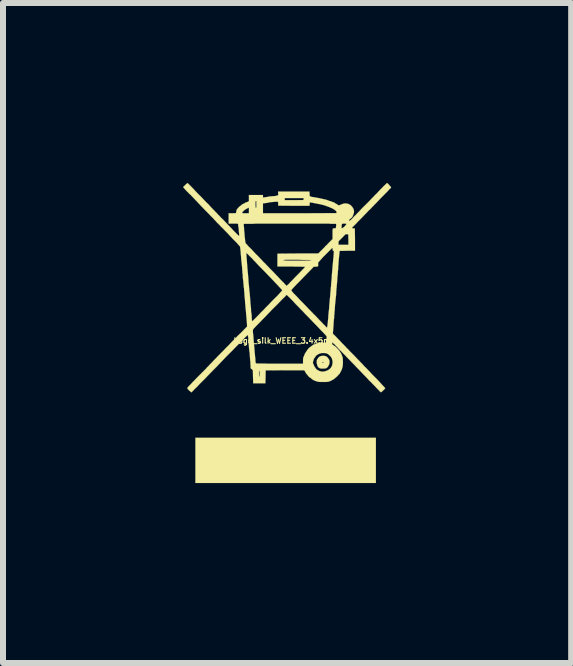
<source format=kicad_pcb>
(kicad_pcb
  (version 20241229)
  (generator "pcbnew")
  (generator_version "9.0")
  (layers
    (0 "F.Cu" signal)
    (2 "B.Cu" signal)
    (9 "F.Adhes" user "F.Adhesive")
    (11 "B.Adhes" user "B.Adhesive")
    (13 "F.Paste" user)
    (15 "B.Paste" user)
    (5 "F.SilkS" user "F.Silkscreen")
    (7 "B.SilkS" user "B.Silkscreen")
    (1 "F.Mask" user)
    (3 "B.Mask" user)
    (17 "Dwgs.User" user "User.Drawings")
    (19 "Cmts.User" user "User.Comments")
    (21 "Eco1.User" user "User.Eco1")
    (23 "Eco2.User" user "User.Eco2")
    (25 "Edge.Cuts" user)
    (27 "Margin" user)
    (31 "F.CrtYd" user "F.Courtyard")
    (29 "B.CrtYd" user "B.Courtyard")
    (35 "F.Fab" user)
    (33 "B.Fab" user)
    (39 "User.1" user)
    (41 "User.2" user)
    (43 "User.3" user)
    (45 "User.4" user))
  (footprint "Logo_silk_WEEE_3.4x5mm"
    (layer "F.Cu")
    (at 1.711 2.529)
    (property "Reference" "Logo_silk_WEEE_3.4x5mm" (at 0 0.1 0) (layer "F.SilkS") (effects (font (size 0.091 0.091) (thickness 0.018))))
    (attr through_hole)
    (fp_poly (pts (xy 1.504 2.471) (xy 0 2.471) (xy -1.504 2.471) (xy -1.504 2.093) (xy -1.504 1.717) (xy 0 1.717) (xy 1.504 1.717) (xy 1.504 2.093) (xy 1.504 2.471)) (stroke (width 0.003) (type solid)) (fill yes) (layer "F.SilkS"))
    (fp_poly (pts (xy 0.732 0.457) (xy 0.729 0.475) (xy 0.726 0.49) (xy 0.721 0.503) (xy 0.711 0.521) (xy 0.696 0.544) (xy 0.681 0.554) (xy 0.673 0.559) (xy 0.658 0.561) (xy 0.638 0.564) (xy 0.63 0.564) (xy 0.63 0.457) (xy 0.625 0.452) (xy 0.617 0.452) (xy 0.615 0.455) (xy 0.612 0.462) (xy 0.617 0.47) (xy 0.622 0.472) (xy 0.627 0.467) (xy 0.63 0.465) (xy 0.63 0.457) (xy 0.63 0.564) (xy 0.615 0.564) (xy 0.592 0.564) (xy 0.577 0.561) (xy 0.554 0.551) (xy 0.536 0.531) (xy 0.526 0.505) (xy 0.518 0.472) (xy 0.518 0.457) (xy 0.518 0.437) (xy 0.521 0.422) (xy 0.526 0.409) (xy 0.536 0.396) (xy 0.556 0.371) (xy 0.579 0.358) (xy 0.61 0.351) (xy 0.625 0.351) (xy 0.653 0.353) (xy 0.676 0.361) (xy 0.696 0.376) (xy 0.711 0.396) (xy 0.721 0.411) (xy 0.729 0.424) (xy 0.729 0.437) (xy 0.732 0.457)) (stroke (width 0.003) (type solid)) (fill yes) (layer "F.SilkS"))
    (fp_poly (pts (xy 1.758 -2.456) (xy 1.755 -2.451) (xy 1.745 -2.438) (xy 1.727 -2.423) (xy 1.707 -2.4) (xy 1.684 -2.375) (xy 1.656 -2.349) (xy 1.648 -2.339) (xy 1.618 -2.309) (xy 1.585 -2.276) (xy 1.554 -2.243) (xy 1.524 -2.212) (xy 1.501 -2.187) (xy 1.481 -2.169) (xy 1.466 -2.151) (xy 1.443 -2.129) (xy 1.415 -2.098) (xy 1.382 -2.068) (xy 1.349 -2.032) (xy 1.313 -1.996) (xy 1.28 -1.961) (xy 1.24 -1.92) (xy 1.204 -1.885) (xy 1.179 -1.857) (xy 1.156 -1.834) (xy 1.138 -1.816) (xy 1.125 -1.803) (xy 1.115 -1.793) (xy 1.11 -1.786) (xy 1.107 -1.783) (xy 1.105 -1.778) (xy 1.113 -1.775) (xy 1.125 -1.773) (xy 1.13 -1.773) (xy 1.153 -1.77) (xy 1.156 -1.585) (xy 1.156 -1.4) (xy 1.046 -1.4) (xy 1.046 -1.499) (xy 1.046 -1.585) (xy 1.044 -1.674) (xy 1.021 -1.674) (xy 1.013 -1.676) (xy 1.013 -1.844) (xy 1.013 -1.847) (xy 1.008 -1.849) (xy 0.993 -1.852) (xy 0.978 -1.852) (xy 0.96 -1.852) (xy 0.945 -1.849) (xy 0.94 -1.849) (xy 0.937 -1.841) (xy 0.935 -1.829) (xy 0.932 -1.811) (xy 0.932 -1.796) (xy 0.932 -1.781) (xy 0.932 -1.778) (xy 0.937 -1.773) (xy 0.947 -1.778) (xy 0.963 -1.788) (xy 0.98 -1.803) (xy 0.986 -1.808) (xy 0.998 -1.824) (xy 1.008 -1.836) (xy 1.013 -1.844) (xy 1.013 -1.676) (xy 0.998 -1.676) (xy 0.94 -1.615) (xy 0.881 -1.557) (xy 0.881 -1.527) (xy 0.881 -1.499) (xy 0.965 -1.499) (xy 1.046 -1.499) (xy 1.046 -1.4) (xy 1.029 -1.4) (xy 0.899 -1.397) (xy 0.897 -1.364) (xy 0.894 -1.346) (xy 0.892 -1.318) (xy 0.889 -1.29) (xy 0.886 -1.26) (xy 0.886 -1.257) (xy 0.884 -1.229) (xy 0.881 -1.201) (xy 0.881 -1.176) (xy 0.879 -1.161) (xy 0.879 -1.158) (xy 0.876 -1.143) (xy 0.876 -1.118) (xy 0.874 -1.087) (xy 0.871 -1.054) (xy 0.869 -1.021) (xy 0.866 -0.993) (xy 0.864 -0.968) (xy 0.861 -0.95) (xy 0.861 -0.927) (xy 0.859 -0.897) (xy 0.856 -0.866) (xy 0.856 -0.859) (xy 0.853 -0.831) (xy 0.851 -0.808) (xy 0.851 -0.79) (xy 0.848 -0.785) (xy 0.848 -2.04) (xy 0.848 -2.05) (xy 0.841 -2.06) (xy 0.828 -2.073) (xy 0.826 -2.075) (xy 0.808 -2.088) (xy 0.79 -2.098) (xy 0.78 -2.106) (xy 0.759 -2.113) (xy 0.742 -2.121) (xy 0.739 -2.123) (xy 0.691 -2.141) (xy 0.64 -2.159) (xy 0.579 -2.174) (xy 0.511 -2.187) (xy 0.47 -2.195) (xy 0.447 -2.2) (xy 0.427 -2.202) (xy 0.414 -2.205) (xy 0.409 -2.205) (xy 0.404 -2.205) (xy 0.401 -2.197) (xy 0.399 -2.182) (xy 0.399 -2.177) (xy 0.399 -2.149) (xy 0.3 -2.149) (xy 0.3 -2.278) (xy 0.142 -2.278) (xy -0.015 -2.278) (xy -0.015 -2.261) (xy -0.015 -2.243) (xy 0.14 -2.243) (xy 0.297 -2.245) (xy 0.3 -2.261) (xy 0.3 -2.278) (xy 0.3 -2.149) (xy 0.135 -2.149) (xy -0.124 -2.151) (xy -0.124 -2.184) (xy -0.127 -2.217) (xy -0.147 -2.217) (xy -0.168 -2.217) (xy -0.193 -2.215) (xy -0.218 -2.212) (xy -0.241 -2.21) (xy -0.259 -2.21) (xy -0.272 -2.207) (xy -0.277 -2.205) (xy -0.284 -2.202) (xy -0.3 -2.2) (xy -0.312 -2.197) (xy -0.333 -2.195) (xy -0.353 -2.192) (xy -0.361 -2.192) (xy -0.378 -2.189) (xy -0.378 -2.106) (xy -0.378 -2.024) (xy 0.234 -2.024) (xy 0.848 -2.027) (xy 0.848 -2.04) (xy 0.848 -0.785) (xy 0.848 -0.78) (xy 0.848 -0.777) (xy 0.846 -0.772) (xy 0.846 -0.757) (xy 0.846 -0.739) (xy 0.843 -0.732) (xy 0.843 -0.709) (xy 0.843 -0.699) (xy 0.843 -1.831) (xy 0.841 -1.844) (xy 0.838 -1.849) (xy 0.833 -1.849) (xy 0.818 -1.849) (xy 0.792 -1.849) (xy 0.759 -1.849) (xy 0.719 -1.852) (xy 0.671 -1.852) (xy 0.617 -1.852) (xy 0.559 -1.852) (xy 0.495 -1.852) (xy 0.427 -1.852) (xy 0.356 -1.852) (xy 0.282 -1.852) (xy 0.208 -1.852) (xy 0.13 -1.852) (xy 0.053 -1.852) (xy -0.023 -1.852) (xy -0.099 -1.852) (xy -0.173 -1.852) (xy -0.246 -1.852) (xy -0.315 -1.852) (xy -0.381 -1.852) (xy -0.442 -1.852) (xy -0.488 -1.852) (xy -0.488 -2.174) (xy -0.488 -2.2) (xy -0.488 -2.217) (xy -0.49 -2.228) (xy -0.493 -2.23) (xy -0.495 -2.23) (xy -0.498 -2.23) (xy -0.5 -2.223) (xy -0.503 -2.212) (xy -0.503 -2.192) (xy -0.503 -2.174) (xy -0.503 -2.151) (xy -0.5 -2.134) (xy -0.5 -2.121) (xy -0.5 -2.116) (xy -0.495 -2.113) (xy -0.49 -2.118) (xy -0.488 -2.134) (xy -0.488 -2.156) (xy -0.488 -2.174) (xy -0.488 -1.852) (xy -0.5 -1.852) (xy -0.551 -1.849) (xy -0.594 -1.849) (xy -0.612 -1.849) (xy -0.612 -2.024) (xy -0.612 -2.07) (xy -0.612 -2.09) (xy -0.612 -2.106) (xy -0.615 -2.116) (xy -0.615 -2.118) (xy -0.625 -2.113) (xy -0.64 -2.106) (xy -0.66 -2.095) (xy -0.678 -2.083) (xy -0.696 -2.07) (xy -0.699 -2.065) (xy -0.716 -2.05) (xy -0.724 -2.037) (xy -0.724 -2.029) (xy -0.716 -2.027) (xy -0.701 -2.024) (xy -0.673 -2.024) (xy -0.668 -2.024) (xy -0.612 -2.024) (xy -0.612 -1.849) (xy -0.632 -1.849) (xy -0.663 -1.849) (xy -0.683 -1.849) (xy -0.696 -1.847) (xy -0.699 -1.841) (xy -0.699 -1.826) (xy -0.696 -1.803) (xy -0.693 -1.775) (xy -0.693 -1.753) (xy -0.691 -1.72) (xy -0.686 -1.689) (xy -0.686 -1.664) (xy -0.683 -1.643) (xy -0.683 -1.633) (xy -0.678 -1.6) (xy -0.676 -1.572) (xy -0.673 -1.554) (xy -0.671 -1.539) (xy -0.668 -1.529) (xy -0.663 -1.521) (xy -0.658 -1.516) (xy -0.65 -1.509) (xy -0.638 -1.494) (xy -0.62 -1.473) (xy -0.594 -1.448) (xy -0.566 -1.42) (xy -0.536 -1.387) (xy -0.503 -1.351) (xy -0.467 -1.316) (xy -0.432 -1.28) (xy -0.396 -1.242) (xy -0.363 -1.206) (xy -0.345 -1.191) (xy -0.323 -1.166) (xy -0.297 -1.14) (xy -0.274 -1.115) (xy -0.254 -1.095) (xy -0.241 -1.082) (xy -0.218 -1.059) (xy -0.191 -1.031) (xy -0.163 -1.001) (xy -0.135 -0.973) (xy -0.107 -0.942) (xy -0.079 -0.912) (xy -0.053 -0.886) (xy -0.03 -0.864) (xy -0.013 -0.843) (xy 0 -0.831) (xy 0.008 -0.823) (xy 0.008 -0.82) (xy 0.015 -0.815) (xy 0.015 -0.813) (xy 0.02 -0.818) (xy 0.03 -0.828) (xy 0.046 -0.841) (xy 0.064 -0.859) (xy 0.071 -0.869) (xy 0.091 -0.889) (xy 0.117 -0.914) (xy 0.145 -0.945) (xy 0.175 -0.975) (xy 0.206 -1.006) (xy 0.226 -1.026) (xy 0.251 -1.052) (xy 0.274 -1.077) (xy 0.295 -1.097) (xy 0.31 -1.115) (xy 0.32 -1.125) (xy 0.325 -1.13) (xy 0.32 -1.133) (xy 0.305 -1.133) (xy 0.282 -1.133) (xy 0.249 -1.135) (xy 0.208 -1.135) (xy 0.16 -1.135) (xy 0.104 -1.138) (xy 0.094 -1.138) (xy -0.137 -1.138) (xy -0.137 -1.245) (xy -0.137 -1.351) (xy 0.203 -1.354) (xy 0.544 -1.354) (xy 0.582 -1.392) (xy 0.597 -1.407) (xy 0.617 -1.427) (xy 0.643 -1.453) (xy 0.668 -1.481) (xy 0.696 -1.506) (xy 0.701 -1.514) (xy 0.782 -1.595) (xy 0.782 -1.681) (xy 0.782 -1.714) (xy 0.782 -1.737) (xy 0.785 -1.753) (xy 0.785 -1.763) (xy 0.787 -1.768) (xy 0.79 -1.77) (xy 0.795 -1.773) (xy 0.805 -1.773) (xy 0.81 -1.773) (xy 0.826 -1.773) (xy 0.833 -1.775) (xy 0.838 -1.786) (xy 0.841 -1.803) (xy 0.841 -1.808) (xy 0.843 -1.831) (xy 0.843 -0.699) (xy 0.841 -0.683) (xy 0.841 -0.663) (xy 0.838 -0.643) (xy 0.836 -0.62) (xy 0.833 -0.594) (xy 0.831 -0.572) (xy 0.828 -0.551) (xy 0.828 -0.538) (xy 0.828 -0.536) (xy 0.826 -0.523) (xy 0.823 -0.505) (xy 0.823 -0.483) (xy 0.82 -0.465) (xy 0.82 -0.442) (xy 0.818 -0.419) (xy 0.818 -0.401) (xy 0.815 -0.396) (xy 0.815 -0.384) (xy 0.813 -0.363) (xy 0.813 -0.345) (xy 0.81 -0.333) (xy 0.808 -0.31) (xy 0.808 -0.279) (xy 0.803 -0.246) (xy 0.803 -0.231) (xy 0.803 -1.387) (xy 0.803 -1.394) (xy 0.8 -1.397) (xy 0.798 -1.4) (xy 0.792 -1.4) (xy 0.787 -1.402) (xy 0.785 -1.407) (xy 0.782 -1.42) (xy 0.782 -1.425) (xy 0.782 -1.438) (xy 0.78 -1.445) (xy 0.777 -1.448) (xy 0.772 -1.443) (xy 0.762 -1.433) (xy 0.747 -1.417) (xy 0.726 -1.397) (xy 0.704 -1.374) (xy 0.678 -1.349) (xy 0.653 -1.323) (xy 0.627 -1.298) (xy 0.605 -1.273) (xy 0.584 -1.25) (xy 0.566 -1.229) (xy 0.551 -1.214) (xy 0.544 -1.204) (xy 0.541 -1.201) (xy 0.541 -1.189) (xy 0.541 -1.173) (xy 0.541 -1.168) (xy 0.541 -1.156) (xy 0.541 -1.143) (xy 0.538 -1.143) (xy 0.533 -1.138) (xy 0.518 -1.135) (xy 0.503 -1.135) (xy 0.467 -1.133) (xy 0.429 -1.092) (xy 0.429 -1.242) (xy 0.427 -1.242) (xy 0.419 -1.245) (xy 0.404 -1.245) (xy 0.386 -1.247) (xy 0.358 -1.247) (xy 0.323 -1.247) (xy 0.279 -1.247) (xy 0.229 -1.25) (xy 0.198 -1.25) (xy 0.15 -1.25) (xy 0.107 -1.25) (xy 0.066 -1.25) (xy 0.03 -1.25) (xy 0 -1.25) (xy -0.018 -1.247) (xy -0.03 -1.247) (xy -0.033 -1.247) (xy -0.038 -1.242) (xy -0.038 -1.24) (xy -0.033 -1.24) (xy -0.018 -1.237) (xy 0.003 -1.237) (xy 0.033 -1.234) (xy 0.066 -1.234) (xy 0.104 -1.234) (xy 0.145 -1.234) (xy 0.188 -1.234) (xy 0.229 -1.234) (xy 0.272 -1.234) (xy 0.31 -1.234) (xy 0.345 -1.237) (xy 0.376 -1.237) (xy 0.401 -1.237) (xy 0.419 -1.24) (xy 0.427 -1.24) (xy 0.429 -1.242) (xy 0.429 -1.092) (xy 0.282 -0.942) (xy 0.246 -0.904) (xy 0.211 -0.869) (xy 0.18 -0.838) (xy 0.152 -0.808) (xy 0.13 -0.785) (xy 0.112 -0.765) (xy 0.099 -0.749) (xy 0.094 -0.742) (xy 0.097 -0.734) (xy 0.107 -0.721) (xy 0.119 -0.706) (xy 0.137 -0.686) (xy 0.142 -0.681) (xy 0.16 -0.663) (xy 0.183 -0.64) (xy 0.211 -0.61) (xy 0.239 -0.579) (xy 0.269 -0.549) (xy 0.3 -0.518) (xy 0.328 -0.488) (xy 0.356 -0.46) (xy 0.381 -0.432) (xy 0.404 -0.409) (xy 0.422 -0.391) (xy 0.434 -0.378) (xy 0.447 -0.366) (xy 0.462 -0.348) (xy 0.485 -0.328) (xy 0.511 -0.3) (xy 0.538 -0.272) (xy 0.566 -0.241) (xy 0.574 -0.234) (xy 0.602 -0.206) (xy 0.627 -0.178) (xy 0.65 -0.157) (xy 0.668 -0.137) (xy 0.681 -0.124) (xy 0.688 -0.119) (xy 0.688 -0.117) (xy 0.691 -0.122) (xy 0.693 -0.135) (xy 0.696 -0.147) (xy 0.699 -0.175) (xy 0.704 -0.211) (xy 0.706 -0.246) (xy 0.711 -0.282) (xy 0.711 -0.312) (xy 0.714 -0.335) (xy 0.716 -0.363) (xy 0.719 -0.391) (xy 0.721 -0.404) (xy 0.724 -0.432) (xy 0.726 -0.46) (xy 0.726 -0.483) (xy 0.729 -0.493) (xy 0.729 -0.508) (xy 0.732 -0.533) (xy 0.734 -0.564) (xy 0.737 -0.594) (xy 0.739 -0.615) (xy 0.742 -0.645) (xy 0.744 -0.678) (xy 0.747 -0.706) (xy 0.749 -0.726) (xy 0.749 -0.737) (xy 0.752 -0.759) (xy 0.752 -0.78) (xy 0.754 -0.792) (xy 0.757 -0.808) (xy 0.757 -0.828) (xy 0.759 -0.856) (xy 0.762 -0.884) (xy 0.767 -0.935) (xy 0.77 -0.991) (xy 0.775 -1.052) (xy 0.78 -1.11) (xy 0.785 -1.168) (xy 0.79 -1.219) (xy 0.792 -1.25) (xy 0.798 -1.293) (xy 0.8 -1.328) (xy 0.803 -1.354) (xy 0.803 -1.372) (xy 0.803 -1.387) (xy 0.803 -0.231) (xy 0.8 -0.206) (xy 0.798 -0.168) (xy 0.798 -0.165) (xy 0.787 -0.02) (xy 0.803 0) (xy 0.81 0.005) (xy 0.826 0.02) (xy 0.846 0.041) (xy 0.869 0.066) (xy 0.894 0.091) (xy 0.922 0.119) (xy 0.922 0.122) (xy 0.95 0.15) (xy 0.98 0.18) (xy 1.006 0.208) (xy 1.031 0.234) (xy 1.052 0.254) (xy 1.062 0.267) (xy 1.077 0.282) (xy 1.097 0.302) (xy 1.123 0.328) (xy 1.151 0.356) (xy 1.179 0.386) (xy 1.196 0.404) (xy 1.224 0.432) (xy 1.252 0.462) (xy 1.28 0.49) (xy 1.303 0.516) (xy 1.321 0.536) (xy 1.331 0.544) (xy 1.346 0.559) (xy 1.367 0.582) (xy 1.392 0.607) (xy 1.42 0.638) (xy 1.448 0.668) (xy 1.471 0.691) (xy 1.519 0.739) (xy 1.56 0.782) (xy 1.593 0.818) (xy 1.618 0.846) (xy 1.638 0.866) (xy 1.651 0.881) (xy 1.659 0.889) (xy 1.656 0.897) (xy 1.648 0.907) (xy 1.636 0.919) (xy 1.621 0.932) (xy 1.608 0.945) (xy 1.595 0.955) (xy 1.587 0.96) (xy 1.582 0.955) (xy 1.572 0.947) (xy 1.56 0.932) (xy 1.552 0.925) (xy 1.537 0.909) (xy 1.519 0.892) (xy 1.496 0.866) (xy 1.471 0.841) (xy 1.443 0.813) (xy 1.425 0.792) (xy 1.394 0.765) (xy 1.367 0.734) (xy 1.339 0.704) (xy 1.313 0.678) (xy 1.293 0.658) (xy 1.285 0.648) (xy 1.267 0.63) (xy 1.245 0.607) (xy 1.217 0.577) (xy 1.184 0.544) (xy 1.148 0.505) (xy 1.11 0.467) (xy 1.072 0.427) (xy 1.031 0.386) (xy 0.993 0.345) (xy 0.955 0.307) (xy 0.922 0.272) (xy 0.909 0.259) (xy 0.884 0.234) (xy 0.861 0.208) (xy 0.841 0.188) (xy 0.823 0.168) (xy 0.81 0.155) (xy 0.795 0.14) (xy 0.782 0.13) (xy 0.775 0.13) (xy 0.772 0.14) (xy 0.772 0.145) (xy 0.775 0.157) (xy 0.782 0.165) (xy 0.795 0.175) (xy 0.8 0.178) (xy 0.823 0.193) (xy 0.848 0.216) (xy 0.871 0.239) (xy 0.894 0.264) (xy 0.909 0.287) (xy 0.914 0.295) (xy 0.93 0.325) (xy 0.94 0.351) (xy 0.947 0.371) (xy 0.953 0.394) (xy 0.953 0.419) (xy 0.955 0.452) (xy 0.955 0.455) (xy 0.953 0.503) (xy 0.947 0.541) (xy 0.937 0.574) (xy 0.925 0.602) (xy 0.922 0.607) (xy 0.914 0.622) (xy 0.909 0.632) (xy 0.899 0.65) (xy 0.881 0.668) (xy 0.861 0.691) (xy 0.838 0.711) (xy 0.813 0.732) (xy 0.79 0.749) (xy 0.782 0.752) (xy 0.782 0.462) (xy 0.782 0.445) (xy 0.78 0.427) (xy 0.777 0.419) (xy 0.772 0.404) (xy 0.77 0.394) (xy 0.765 0.384) (xy 0.754 0.368) (xy 0.739 0.351) (xy 0.721 0.335) (xy 0.706 0.323) (xy 0.696 0.318) (xy 0.686 0.312) (xy 0.683 0.312) (xy 0.683 0.033) (xy 0.683 0.03) (xy 0.683 0.025) (xy 0.678 0.023) (xy 0.673 0.015) (xy 0.668 0.008) (xy 0.658 -0.003) (xy 0.643 -0.018) (xy 0.627 -0.036) (xy 0.605 -0.058) (xy 0.579 -0.084) (xy 0.549 -0.117) (xy 0.513 -0.155) (xy 0.47 -0.198) (xy 0.422 -0.249) (xy 0.368 -0.305) (xy 0.33 -0.343) (xy 0.292 -0.384) (xy 0.249 -0.427) (xy 0.208 -0.47) (xy 0.17 -0.508) (xy 0.137 -0.544) (xy 0.132 -0.551) (xy 0.104 -0.579) (xy 0.079 -0.605) (xy 0.056 -0.627) (xy 0.038 -0.645) (xy 0.025 -0.658) (xy 0.018 -0.663) (xy 0.015 -0.663) (xy 0.013 -0.66) (xy 0 -0.65) (xy -0.013 -0.632) (xy -0.036 -0.612) (xy -0.058 -0.589) (xy -0.058 -0.742) (xy -0.061 -0.747) (xy -0.071 -0.759) (xy -0.089 -0.777) (xy -0.109 -0.8) (xy -0.135 -0.828) (xy -0.165 -0.859) (xy -0.188 -0.884) (xy -0.251 -0.95) (xy -0.307 -1.008) (xy -0.356 -1.059) (xy -0.401 -1.105) (xy -0.442 -1.146) (xy -0.478 -1.184) (xy -0.508 -1.217) (xy -0.528 -1.237) (xy -0.561 -1.273) (xy -0.589 -1.3) (xy -0.61 -1.321) (xy -0.627 -1.339) (xy -0.638 -1.349) (xy -0.645 -1.356) (xy -0.65 -1.361) (xy -0.653 -1.364) (xy -0.655 -1.364) (xy -0.655 -1.359) (xy -0.655 -1.344) (xy -0.653 -1.323) (xy -0.653 -1.3) (xy -0.648 -1.25) (xy -0.645 -1.209) (xy -0.643 -1.176) (xy -0.64 -1.148) (xy -0.64 -1.13) (xy -0.638 -1.115) (xy -0.638 -1.102) (xy -0.635 -1.092) (xy -0.635 -1.09) (xy -0.635 -1.074) (xy -0.632 -1.054) (xy -0.63 -1.026) (xy -0.627 -0.998) (xy -0.627 -0.996) (xy -0.625 -0.965) (xy -0.622 -0.937) (xy -0.62 -0.912) (xy -0.62 -0.894) (xy -0.617 -0.856) (xy -0.612 -0.82) (xy -0.61 -0.787) (xy -0.607 -0.759) (xy -0.605 -0.737) (xy -0.605 -0.724) (xy -0.605 -0.721) (xy -0.602 -0.711) (xy -0.599 -0.688) (xy -0.597 -0.66) (xy -0.594 -0.63) (xy -0.592 -0.592) (xy -0.589 -0.556) (xy -0.587 -0.536) (xy -0.587 -0.516) (xy -0.584 -0.495) (xy -0.582 -0.485) (xy -0.582 -0.472) (xy -0.579 -0.452) (xy -0.577 -0.429) (xy -0.577 -0.422) (xy -0.577 -0.396) (xy -0.574 -0.368) (xy -0.569 -0.343) (xy -0.569 -0.34) (xy -0.566 -0.315) (xy -0.566 -0.287) (xy -0.564 -0.269) (xy -0.564 -0.249) (xy -0.561 -0.234) (xy -0.559 -0.229) (xy -0.554 -0.226) (xy -0.551 -0.231) (xy -0.538 -0.241) (xy -0.523 -0.257) (xy -0.5 -0.279) (xy -0.475 -0.305) (xy -0.447 -0.333) (xy -0.417 -0.366) (xy -0.401 -0.381) (xy -0.363 -0.419) (xy -0.325 -0.46) (xy -0.284 -0.5) (xy -0.246 -0.541) (xy -0.211 -0.577) (xy -0.178 -0.61) (xy -0.155 -0.632) (xy -0.127 -0.66) (xy -0.104 -0.686) (xy -0.084 -0.709) (xy -0.069 -0.724) (xy -0.061 -0.737) (xy -0.058 -0.742) (xy -0.058 -0.589) (xy -0.061 -0.587) (xy -0.091 -0.556) (xy -0.122 -0.523) (xy -0.15 -0.495) (xy -0.188 -0.457) (xy -0.229 -0.417) (xy -0.267 -0.376) (xy -0.307 -0.335) (xy -0.343 -0.297) (xy -0.373 -0.267) (xy -0.401 -0.239) (xy -0.406 -0.231) (xy -0.442 -0.196) (xy -0.472 -0.165) (xy -0.495 -0.142) (xy -0.513 -0.122) (xy -0.526 -0.109) (xy -0.536 -0.097) (xy -0.541 -0.089) (xy -0.546 -0.081) (xy -0.546 -0.076) (xy -0.546 -0.069) (xy -0.546 -0.064) (xy -0.546 -0.061) (xy -0.546 -0.048) (xy -0.544 -0.025) (xy -0.541 0) (xy -0.538 0.028) (xy -0.538 0.03) (xy -0.533 0.094) (xy -0.528 0.16) (xy -0.521 0.231) (xy -0.518 0.269) (xy -0.516 0.295) (xy -0.513 0.323) (xy -0.511 0.345) (xy -0.511 0.356) (xy -0.508 0.376) (xy -0.505 0.404) (xy -0.505 0.424) (xy -0.503 0.445) (xy -0.5 0.462) (xy -0.5 0.472) (xy -0.498 0.475) (xy -0.495 0.475) (xy -0.493 0.478) (xy -0.485 0.478) (xy -0.475 0.48) (xy -0.46 0.48) (xy -0.442 0.48) (xy -0.417 0.48) (xy -0.386 0.48) (xy -0.348 0.48) (xy -0.302 0.483) (xy -0.249 0.483) (xy -0.188 0.483) (xy -0.117 0.483) (xy -0.102 0.483) (xy 0.29 0.483) (xy 0.29 0.434) (xy 0.29 0.411) (xy 0.292 0.394) (xy 0.292 0.384) (xy 0.295 0.381) (xy 0.297 0.373) (xy 0.305 0.358) (xy 0.31 0.343) (xy 0.32 0.318) (xy 0.338 0.29) (xy 0.356 0.262) (xy 0.373 0.239) (xy 0.384 0.226) (xy 0.401 0.211) (xy 0.422 0.196) (xy 0.439 0.183) (xy 0.452 0.173) (xy 0.462 0.165) (xy 0.465 0.165) (xy 0.475 0.163) (xy 0.48 0.16) (xy 0.498 0.152) (xy 0.518 0.145) (xy 0.526 0.142) (xy 0.533 0.14) (xy 0.551 0.137) (xy 0.574 0.135) (xy 0.599 0.135) (xy 0.602 0.135) (xy 0.671 0.132) (xy 0.678 0.086) (xy 0.681 0.066) (xy 0.683 0.046) (xy 0.683 0.033) (xy 0.683 0.312) (xy 0.665 0.307) (xy 0.645 0.305) (xy 0.643 0.305) (xy 0.62 0.305) (xy 0.602 0.305) (xy 0.584 0.31) (xy 0.572 0.312) (xy 0.554 0.32) (xy 0.533 0.33) (xy 0.516 0.343) (xy 0.503 0.353) (xy 0.498 0.363) (xy 0.493 0.371) (xy 0.485 0.381) (xy 0.483 0.386) (xy 0.472 0.399) (xy 0.465 0.419) (xy 0.46 0.439) (xy 0.455 0.457) (xy 0.455 0.475) (xy 0.46 0.483) (xy 0.46 0.485) (xy 0.465 0.493) (xy 0.465 0.498) (xy 0.47 0.505) (xy 0.475 0.521) (xy 0.485 0.538) (xy 0.488 0.541) (xy 0.503 0.564) (xy 0.518 0.579) (xy 0.536 0.592) (xy 0.569 0.607) (xy 0.599 0.615) (xy 0.63 0.615) (xy 0.665 0.607) (xy 0.704 0.592) (xy 0.734 0.572) (xy 0.759 0.544) (xy 0.775 0.511) (xy 0.782 0.472) (xy 0.782 0.462) (xy 0.782 0.752) (xy 0.772 0.757) (xy 0.749 0.77) (xy 0.729 0.777) (xy 0.714 0.782) (xy 0.696 0.785) (xy 0.673 0.787) (xy 0.645 0.787) (xy 0.625 0.787) (xy 0.594 0.787) (xy 0.572 0.787) (xy 0.551 0.785) (xy 0.536 0.782) (xy 0.518 0.777) (xy 0.495 0.77) (xy 0.47 0.759) (xy 0.452 0.749) (xy 0.434 0.737) (xy 0.427 0.729) (xy 0.414 0.719) (xy 0.404 0.711) (xy 0.399 0.711) (xy 0.394 0.706) (xy 0.384 0.696) (xy 0.381 0.693) (xy 0.371 0.681) (xy 0.358 0.663) (xy 0.353 0.66) (xy 0.34 0.643) (xy 0.328 0.622) (xy 0.325 0.617) (xy 0.318 0.602) (xy 0.305 0.594) (xy 0.297 0.592) (xy 0.279 0.592) (xy 0.254 0.592) (xy 0.221 0.592) (xy 0.183 0.592) (xy 0.137 0.592) (xy 0.089 0.592) (xy 0.036 0.592) (xy -0.02 0.592) (xy -0.333 0.594) (xy -0.335 0.704) (xy -0.338 0.81) (xy -0.434 0.81) (xy -0.434 0.648) (xy -0.434 0.625) (xy -0.437 0.607) (xy -0.439 0.597) (xy -0.442 0.602) (xy -0.445 0.615) (xy -0.445 0.635) (xy -0.445 0.648) (xy -0.445 0.673) (xy -0.445 0.688) (xy -0.442 0.699) (xy -0.439 0.699) (xy -0.437 0.693) (xy -0.437 0.681) (xy -0.434 0.66) (xy -0.434 0.648) (xy -0.434 0.81) (xy -0.439 0.81) (xy -0.541 0.81) (xy -0.544 0.701) (xy -0.546 0.592) (xy -0.566 0.574) (xy -0.579 0.564) (xy -0.584 0.554) (xy -0.584 0.544) (xy -0.584 0.541) (xy -0.584 0.531) (xy -0.584 0.513) (xy -0.587 0.488) (xy -0.587 0.457) (xy -0.592 0.422) (xy -0.594 0.384) (xy -0.597 0.345) (xy -0.599 0.307) (xy -0.605 0.272) (xy -0.607 0.254) (xy -0.61 0.229) (xy -0.612 0.196) (xy -0.615 0.163) (xy -0.617 0.137) (xy -0.62 0.091) (xy -0.622 0.056) (xy -0.627 0.028) (xy -0.627 0.013) (xy -0.63 0.005) (xy -0.632 0.005) (xy -0.64 0.013) (xy -0.653 0.023) (xy -0.671 0.041) (xy -0.693 0.064) (xy -0.721 0.091) (xy -0.754 0.127) (xy -0.795 0.168) (xy -0.843 0.216) (xy -0.889 0.264) (xy -0.983 0.358) (xy -1.069 0.447) (xy -1.148 0.531) (xy -1.222 0.605) (xy -1.288 0.673) (xy -1.346 0.734) (xy -1.4 0.787) (xy -1.445 0.833) (xy -1.483 0.874) (xy -1.516 0.904) (xy -1.539 0.93) (xy -1.557 0.947) (xy -1.567 0.958) (xy -1.572 0.96) (xy -1.577 0.955) (xy -1.587 0.947) (xy -1.603 0.935) (xy -1.608 0.93) (xy -1.623 0.914) (xy -1.633 0.902) (xy -1.638 0.892) (xy -1.641 0.892) (xy -1.636 0.884) (xy -1.626 0.871) (xy -1.608 0.851) (xy -1.582 0.826) (xy -1.552 0.792) (xy -1.514 0.754) (xy -1.471 0.709) (xy -1.42 0.658) (xy -1.364 0.602) (xy -1.351 0.589) (xy -1.333 0.572) (xy -1.311 0.546) (xy -1.285 0.521) (xy -1.26 0.493) (xy -1.242 0.475) (xy -1.222 0.455) (xy -1.194 0.424) (xy -1.161 0.391) (xy -1.123 0.351) (xy -1.082 0.31) (xy -1.036 0.264) (xy -0.993 0.218) (xy -0.947 0.173) (xy -0.902 0.124) (xy -0.859 0.081) (xy -0.818 0.038) (xy -0.78 0) (xy -0.747 -0.03) (xy -0.734 -0.043) (xy -0.643 -0.137) (xy -0.645 -0.191) (xy -0.648 -0.221) (xy -0.65 -0.254) (xy -0.653 -0.282) (xy -0.653 -0.292) (xy -0.655 -0.307) (xy -0.658 -0.333) (xy -0.66 -0.366) (xy -0.663 -0.404) (xy -0.668 -0.445) (xy -0.671 -0.49) (xy -0.676 -0.536) (xy -0.678 -0.582) (xy -0.683 -0.625) (xy -0.686 -0.665) (xy -0.688 -0.699) (xy -0.691 -0.726) (xy -0.693 -0.747) (xy -0.693 -0.767) (xy -0.696 -0.787) (xy -0.699 -0.8) (xy -0.699 -0.813) (xy -0.701 -0.836) (xy -0.704 -0.864) (xy -0.706 -0.894) (xy -0.711 -0.927) (xy -0.714 -0.963) (xy -0.714 -0.965) (xy -0.714 -0.988) (xy -0.716 -1.008) (xy -0.719 -1.024) (xy -0.721 -1.041) (xy -0.721 -1.062) (xy -0.724 -1.082) (xy -0.724 -1.1) (xy -0.726 -1.123) (xy -0.729 -1.151) (xy -0.732 -1.184) (xy -0.737 -1.224) (xy -0.742 -1.275) (xy -0.742 -1.283) (xy -0.744 -1.311) (xy -0.747 -1.344) (xy -0.749 -1.379) (xy -0.752 -1.4) (xy -0.754 -1.425) (xy -0.757 -1.448) (xy -0.759 -1.463) (xy -0.762 -1.471) (xy -0.767 -1.478) (xy -0.777 -1.488) (xy -0.795 -1.509) (xy -0.815 -1.532) (xy -0.843 -1.56) (xy -0.874 -1.59) (xy -0.907 -1.626) (xy -0.94 -1.661) (xy -0.975 -1.699) (xy -1.013 -1.737) (xy -1.044 -1.77) (xy -1.074 -1.798) (xy -1.102 -1.829) (xy -1.128 -1.854) (xy -1.151 -1.877) (xy -1.166 -1.895) (xy -1.179 -1.908) (xy -1.181 -1.91) (xy -1.191 -1.92) (xy -1.206 -1.938) (xy -1.229 -1.961) (xy -1.255 -1.986) (xy -1.28 -2.014) (xy -1.311 -2.045) (xy -1.313 -2.047) (xy -1.346 -2.08) (xy -1.382 -2.118) (xy -1.417 -2.154) (xy -1.45 -2.189) (xy -1.481 -2.223) (xy -1.501 -2.243) (xy -1.527 -2.271) (xy -1.554 -2.299) (xy -1.58 -2.327) (xy -1.605 -2.349) (xy -1.623 -2.367) (xy -1.626 -2.372) (xy -1.646 -2.39) (xy -1.664 -2.41) (xy -1.681 -2.428) (xy -1.689 -2.438) (xy -1.709 -2.461) (xy -1.674 -2.494) (xy -1.659 -2.51) (xy -1.646 -2.52) (xy -1.638 -2.527) (xy -1.636 -2.527) (xy -1.631 -2.525) (xy -1.621 -2.515) (xy -1.603 -2.497) (xy -1.582 -2.477) (xy -1.56 -2.454) (xy -1.539 -2.433) (xy -1.509 -2.4) (xy -1.476 -2.365) (xy -1.438 -2.327) (xy -1.4 -2.289) (xy -1.364 -2.25) (xy -1.349 -2.235) (xy -1.321 -2.205) (xy -1.29 -2.177) (xy -1.265 -2.149) (xy -1.242 -2.123) (xy -1.222 -2.103) (xy -1.212 -2.09) (xy -1.196 -2.078) (xy -1.179 -2.057) (xy -1.153 -2.032) (xy -1.128 -2.004) (xy -1.1 -1.976) (xy -1.074 -1.948) (xy -1.044 -1.92) (xy -1.016 -1.89) (xy -0.991 -1.864) (xy -0.968 -1.839) (xy -0.95 -1.821) (xy -0.937 -1.808) (xy -0.904 -1.773) (xy -0.876 -1.742) (xy -0.848 -1.714) (xy -0.823 -1.689) (xy -0.803 -1.669) (xy -0.787 -1.654) (xy -0.78 -1.646) (xy -0.777 -1.643) (xy -0.775 -1.648) (xy -0.775 -1.661) (xy -0.775 -1.664) (xy -0.775 -1.676) (xy -0.777 -1.697) (xy -0.78 -1.722) (xy -0.78 -1.742) (xy -0.782 -1.768) (xy -0.785 -1.788) (xy -0.787 -1.803) (xy -0.79 -1.808) (xy -0.792 -1.819) (xy -0.79 -1.824) (xy -0.79 -1.834) (xy -0.792 -1.841) (xy -0.795 -1.847) (xy -0.8 -1.849) (xy -0.808 -1.852) (xy -0.82 -1.852) (xy -0.841 -1.852) (xy -0.869 -1.852) (xy -0.874 -1.852) (xy -0.95 -1.852) (xy -0.95 -1.938) (xy -0.95 -2.024) (xy -0.889 -2.024) (xy -0.828 -2.027) (xy -0.823 -2.05) (xy -0.82 -2.068) (xy -0.815 -2.083) (xy -0.815 -2.085) (xy -0.805 -2.098) (xy -0.79 -2.116) (xy -0.772 -2.134) (xy -0.752 -2.149) (xy -0.734 -2.164) (xy -0.716 -2.177) (xy -0.704 -2.184) (xy -0.699 -2.184) (xy -0.688 -2.187) (xy -0.681 -2.195) (xy -0.671 -2.202) (xy -0.663 -2.205) (xy -0.653 -2.207) (xy -0.638 -2.212) (xy -0.632 -2.215) (xy -0.612 -2.225) (xy -0.612 -2.278) (xy -0.612 -2.329) (xy -0.495 -2.329) (xy -0.378 -2.329) (xy -0.378 -2.309) (xy -0.378 -2.286) (xy -0.345 -2.291) (xy -0.325 -2.294) (xy -0.307 -2.296) (xy -0.297 -2.299) (xy -0.287 -2.301) (xy -0.267 -2.304) (xy -0.244 -2.306) (xy -0.216 -2.309) (xy -0.208 -2.309) (xy -0.183 -2.311) (xy -0.16 -2.314) (xy -0.142 -2.319) (xy -0.132 -2.322) (xy -0.13 -2.322) (xy -0.124 -2.332) (xy -0.124 -2.349) (xy -0.124 -2.355) (xy -0.127 -2.385) (xy 0.135 -2.385) (xy 0.396 -2.385) (xy 0.399 -2.347) (xy 0.401 -2.309) (xy 0.424 -2.301) (xy 0.439 -2.296) (xy 0.462 -2.294) (xy 0.485 -2.289) (xy 0.49 -2.289) (xy 0.518 -2.283) (xy 0.549 -2.278) (xy 0.582 -2.271) (xy 0.617 -2.263) (xy 0.65 -2.256) (xy 0.681 -2.248) (xy 0.704 -2.24) (xy 0.721 -2.233) (xy 0.726 -2.23) (xy 0.739 -2.228) (xy 0.744 -2.225) (xy 0.754 -2.225) (xy 0.767 -2.217) (xy 0.775 -2.215) (xy 0.787 -2.21) (xy 0.8 -2.205) (xy 0.803 -2.205) (xy 0.813 -2.202) (xy 0.82 -2.195) (xy 0.831 -2.187) (xy 0.836 -2.184) (xy 0.843 -2.182) (xy 0.853 -2.174) (xy 0.864 -2.169) (xy 0.886 -2.154) (xy 0.922 -2.169) (xy 0.96 -2.184) (xy 0.996 -2.189) (xy 1.031 -2.184) (xy 1.049 -2.179) (xy 1.079 -2.162) (xy 1.102 -2.141) (xy 1.12 -2.116) (xy 1.125 -2.108) (xy 1.135 -2.083) (xy 1.14 -2.06) (xy 1.138 -2.035) (xy 1.13 -2.007) (xy 1.125 -1.994) (xy 1.115 -1.971) (xy 1.107 -1.958) (xy 1.097 -1.948) (xy 1.085 -1.938) (xy 1.067 -1.925) (xy 1.059 -1.913) (xy 1.059 -1.897) (xy 1.059 -1.895) (xy 1.064 -1.895) (xy 1.069 -1.9) (xy 1.082 -1.91) (xy 1.1 -1.925) (xy 1.123 -1.951) (xy 1.125 -1.951) (xy 1.14 -1.971) (xy 1.166 -1.994) (xy 1.194 -2.024) (xy 1.227 -2.057) (xy 1.26 -2.093) (xy 1.295 -2.129) (xy 1.331 -2.164) (xy 1.367 -2.2) (xy 1.402 -2.235) (xy 1.435 -2.271) (xy 1.468 -2.304) (xy 1.496 -2.334) (xy 1.521 -2.357) (xy 1.539 -2.377) (xy 1.575 -2.416) (xy 1.608 -2.449) (xy 1.636 -2.479) (xy 1.659 -2.499) (xy 1.676 -2.517) (xy 1.687 -2.525) (xy 1.689 -2.527) (xy 1.697 -2.525) (xy 1.707 -2.515) (xy 1.72 -2.502) (xy 1.732 -2.487) (xy 1.745 -2.474) (xy 1.755 -2.461) (xy 1.758 -2.456)) (stroke (width 0.003) (type solid)) (fill yes) (layer "F.SilkS")))
  (gr_rect
    (start -3 -3)
    (end 6.47 8.001)
    (stroke (width 0.1) (type default))
    (fill no)
    (layer "Edge.Cuts")))
</source>
